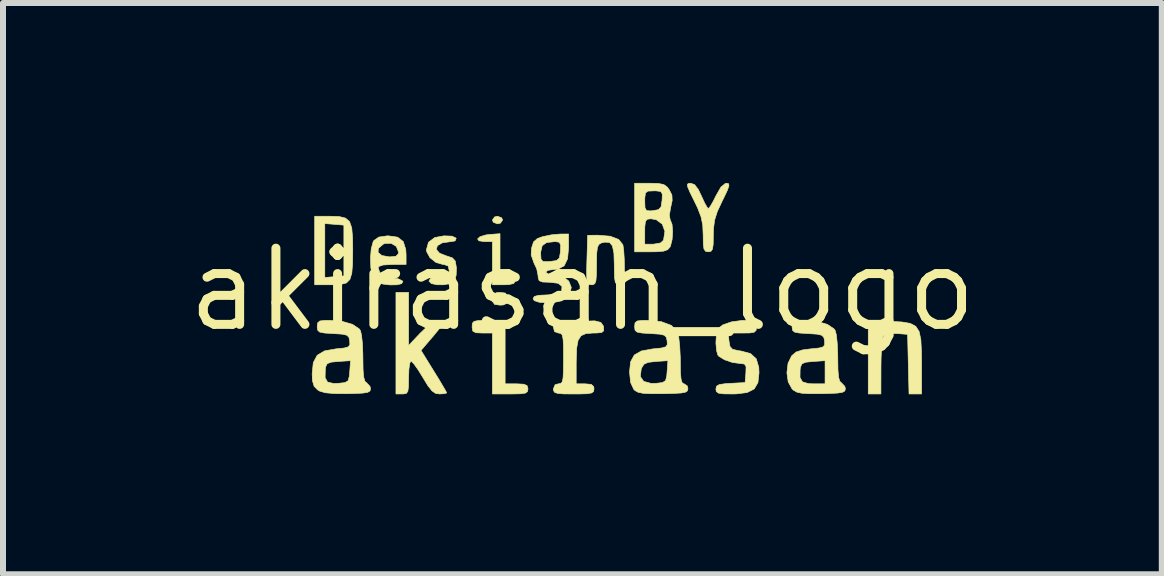
<source format=kicad_pcb>
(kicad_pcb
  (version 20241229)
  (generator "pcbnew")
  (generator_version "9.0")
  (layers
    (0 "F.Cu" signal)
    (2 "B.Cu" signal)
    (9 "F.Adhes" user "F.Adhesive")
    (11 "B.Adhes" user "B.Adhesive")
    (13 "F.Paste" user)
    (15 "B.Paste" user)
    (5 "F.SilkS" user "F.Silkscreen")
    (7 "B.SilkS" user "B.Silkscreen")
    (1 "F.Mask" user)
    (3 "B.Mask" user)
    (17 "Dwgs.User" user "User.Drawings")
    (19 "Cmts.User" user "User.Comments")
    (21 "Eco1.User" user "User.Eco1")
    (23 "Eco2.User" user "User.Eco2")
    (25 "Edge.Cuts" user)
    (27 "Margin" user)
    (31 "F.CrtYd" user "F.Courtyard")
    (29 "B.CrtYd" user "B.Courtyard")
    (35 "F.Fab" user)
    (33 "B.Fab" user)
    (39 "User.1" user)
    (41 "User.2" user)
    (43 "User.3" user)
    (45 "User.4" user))
  (footprint "akirasan_logo"
    (layer "F.Cu")
    (at 6.66 1.778)
    (property "Reference" "akirasan_logo" (at 0 0 0) (layer "F.SilkS") (effects (font (size 1.27 1.27) (thickness 0.15))))
    (attr through_hole)
    (fp_poly (pts (xy -1.347 -1.197) (xy -1.331 -1.159) (xy -1.367 -1.108) (xy -1.416 -1.096) (xy -1.485 -1.122) (xy -1.501 -1.159) (xy -1.465 -1.211) (xy -1.416 -1.223) (xy -1.347 -1.197)) (stroke (width 0.01) (type solid)) (fill yes) (layer "F.SilkS"))
    (fp_poly (pts (xy -1.283 0.058) (xy -1.25 0.107) (xy -1.247 0.153) (xy -1.26 0.228) (xy -1.318 0.256) (xy -1.374 0.259) (xy -1.464 0.247) (xy -1.498 0.199) (xy -1.501 0.153) (xy -1.487 0.077) (xy -1.429 0.05) (xy -1.374 0.047) (xy -1.283 0.058)) (stroke (width 0.01) (type solid)) (fill yes) (layer "F.SilkS"))
    (fp_poly (pts (xy -1.374 -0.207) (xy -1.247 -0.207) (xy -1.146 -0.188) (xy -1.12 -0.143) (xy -1.145 -0.102) (xy -1.229 -0.083) (xy -1.31 -0.08) (xy -1.501 -0.08) (xy -1.501 -0.8) (xy -1.631 -0.8) (xy -1.725 -0.813) (xy -1.748 -0.844) (xy -1.71 -0.88) (xy -1.617 -0.91) (xy -1.55 -0.919) (xy -1.374 -0.932) (xy -1.374 -0.207)) (stroke (width 0.01) (type solid)) (fill yes) (layer "F.SilkS"))
    (fp_poly (pts (xy 5.132 0.529) (xy 5.326 0.54) (xy 5.464 0.563) (xy 5.557 0.612) (xy 5.613 0.698) (xy 5.642 0.835) (xy 5.652 1.034) (xy 5.654 1.237) (xy 5.654 1.74) (xy 5.445 1.74) (xy 5.433 1.243) (xy 5.421 0.746) (xy 5.235 0.732) (xy 5.09 0.736) (xy 5.015 0.772) (xy 5.013 0.775) (xy 4.998 0.838) (xy 4.987 0.966) (xy 4.979 1.138) (xy 4.977 1.285) (xy 4.976 1.74) (xy 4.765 1.74) (xy 4.765 0.515) (xy 5.132 0.529)) (stroke (width 0.01) (type solid)) (fill yes) (layer "F.SilkS"))
    (fp_poly (pts (xy -4.057 -1.218) (xy -3.95 -1.192) (xy -3.883 -1.134) (xy -3.846 -1.029) (xy -3.832 -0.865) (xy -3.829 -0.667) (xy -3.832 -0.434) (xy -3.845 -0.272) (xy -3.877 -0.169) (xy -3.935 -0.111) (xy -4.029 -0.086) (xy -4.165 -0.08) (xy -4.19 -0.08) (xy -4.464 -0.08) (xy -4.464 -0.202) (xy -4.295 -0.202) (xy -4.136 -0.215) (xy -3.977 -0.228) (xy -3.977 -1.075) (xy -4.295 -1.101) (xy -4.295 -0.202) (xy -4.464 -0.202) (xy -4.464 -1.223) (xy -4.213 -1.223) (xy -4.057 -1.218)) (stroke (width 0.01) (type solid)) (fill yes) (layer "F.SilkS"))
    (fp_poly (pts (xy -1.289 1.571) (xy -1.099 1.571) (xy -0.979 1.577) (xy -0.923 1.6) (xy -0.908 1.65) (xy -0.908 1.656) (xy -0.916 1.7) (xy -0.952 1.726) (xy -1.034 1.737) (xy -1.181 1.74) (xy -1.204 1.74) (xy -1.501 1.74) (xy -1.501 0.724) (xy -1.67 0.724) (xy -1.779 0.719) (xy -1.828 0.691) (xy -1.839 0.628) (xy -1.839 0.619) (xy -1.835 0.562) (xy -1.807 0.53) (xy -1.739 0.516) (xy -1.609 0.513) (xy -1.564 0.513) (xy -1.289 0.513) (xy -1.289 1.571)) (stroke (width 0.01) (type solid)) (fill yes) (layer "F.SilkS"))
    (fp_poly (pts (xy -2.898 0.932) (xy -2.701 0.723) (xy -2.556 0.586) (xy -2.442 0.519) (xy -2.405 0.513) (xy -2.328 0.522) (xy -2.305 0.538) (xy -2.331 0.58) (xy -2.398 0.667) (xy -2.492 0.782) (xy -2.498 0.788) (xy -2.691 1.014) (xy -2.477 1.36) (xy -2.385 1.509) (xy -2.313 1.631) (xy -2.27 1.706) (xy -2.263 1.723) (xy -2.299 1.735) (xy -2.381 1.74) (xy -2.449 1.73) (xy -2.509 1.688) (xy -2.578 1.6) (xy -2.66 1.465) (xy -2.742 1.333) (xy -2.812 1.236) (xy -2.855 1.191) (xy -2.859 1.19) (xy -2.879 1.229) (xy -2.893 1.33) (xy -2.898 1.465) (xy -2.9 1.613) (xy -2.91 1.695) (xy -2.936 1.731) (xy -2.986 1.74) (xy -3.003 1.74) (xy -3.109 1.74) (xy -3.109 0.047) (xy -2.898 0.047) (xy -2.898 0.932)) (stroke (width 0.01) (type solid)) (fill yes) (layer "F.SilkS"))
    (fp_poly (pts (xy 2.437 -1.765) (xy 2.443 -1.731) (xy 2.417 -1.657) (xy 2.355 -1.526) (xy 2.331 -1.478) (xy 2.249 -1.302) (xy 2.204 -1.16) (xy 2.185 -1.015) (xy 2.182 -0.907) (xy 2.18 -0.757) (xy 2.168 -0.674) (xy 2.142 -0.638) (xy 2.098 -0.63) (xy 2.052 -0.639) (xy 2.026 -0.677) (xy 2.015 -0.763) (xy 2.013 -0.907) (xy 2.006 -1.073) (xy 1.978 -1.212) (xy 1.92 -1.363) (xy 1.864 -1.478) (xy 1.791 -1.626) (xy 1.754 -1.714) (xy 1.75 -1.757) (xy 1.775 -1.772) (xy 1.804 -1.773) (xy 1.87 -1.75) (xy 1.932 -1.669) (xy 1.983 -1.562) (xy 2.037 -1.445) (xy 2.081 -1.368) (xy 2.099 -1.35) (xy 2.13 -1.385) (xy 2.182 -1.475) (xy 2.225 -1.562) (xy 2.308 -1.708) (xy 2.384 -1.771) (xy 2.402 -1.773) (xy 2.437 -1.765)) (stroke (width 0.01) (type solid)) (fill yes) (layer "F.SilkS"))
    (fp_poly (pts (xy -2.175 -0.891) (xy -2.108 -0.86) (xy -2.105 -0.853) (xy -2.124 -0.811) (xy -2.192 -0.8) (xy -2.336 -0.78) (xy -2.418 -0.732) (xy -2.436 -0.669) (xy -2.382 -0.607) (xy -2.273 -0.564) (xy -2.168 -0.529) (xy -2.12 -0.476) (xy -2.102 -0.371) (xy -2.101 -0.363) (xy -2.105 -0.241) (xy -2.131 -0.151) (xy -2.138 -0.141) (xy -2.208 -0.1) (xy -2.314 -0.08) (xy -2.428 -0.081) (xy -2.519 -0.101) (xy -2.559 -0.141) (xy -2.559 -0.143) (xy -2.531 -0.188) (xy -2.438 -0.206) (xy -2.39 -0.207) (xy -2.281 -0.213) (xy -2.232 -0.24) (xy -2.22 -0.304) (xy -2.22 -0.313) (xy -2.238 -0.393) (xy -2.307 -0.418) (xy -2.326 -0.419) (xy -2.441 -0.452) (xy -2.542 -0.532) (xy -2.598 -0.634) (xy -2.601 -0.665) (xy -2.566 -0.79) (xy -2.462 -0.868) (xy -2.309 -0.896) (xy -2.175 -0.891)) (stroke (width 0.01) (type solid)) (fill yes) (layer "F.SilkS"))
    (fp_poly (pts (xy 0.463 -0.89) (xy 0.604 -0.836) (xy 0.674 -0.748) (xy 0.675 -0.744) (xy 0.688 -0.655) (xy 0.697 -0.513) (xy 0.7 -0.366) (xy 0.698 -0.213) (xy 0.687 -0.127) (xy 0.662 -0.089) (xy 0.618 -0.08) (xy 0.616 -0.08) (xy 0.574 -0.087) (xy 0.548 -0.12) (xy 0.536 -0.196) (xy 0.532 -0.332) (xy 0.531 -0.414) (xy 0.525 -0.608) (xy 0.5 -0.728) (xy 0.452 -0.786) (xy 0.372 -0.791) (xy 0.314 -0.777) (xy 0.274 -0.753) (xy 0.25 -0.702) (xy 0.238 -0.605) (xy 0.235 -0.444) (xy 0.235 -0.416) (xy 0.233 -0.248) (xy 0.225 -0.148) (xy 0.206 -0.098) (xy 0.172 -0.081) (xy 0.149 -0.08) (xy 0.109 -0.085) (xy 0.085 -0.111) (xy 0.073 -0.173) (xy 0.07 -0.286) (xy 0.074 -0.467) (xy 0.075 -0.492) (xy 0.087 -0.905) (xy 0.256 -0.907) (xy 0.463 -0.89)) (stroke (width 0.01) (type solid)) (fill yes) (layer "F.SilkS"))
    (fp_poly (pts (xy -3.081 -0.874) (xy -2.987 -0.801) (xy -2.945 -0.668) (xy -2.94 -0.58) (xy -2.94 -0.419) (xy -3.173 -0.419) (xy -3.325 -0.41) (xy -3.397 -0.384) (xy -3.405 -0.366) (xy -3.375 -0.271) (xy -3.283 -0.217) (xy -3.176 -0.2) (xy -3.066 -0.179) (xy -2.999 -0.143) (xy -2.993 -0.133) (xy -3.016 -0.098) (xy -3.096 -0.08) (xy -3.208 -0.078) (xy -3.325 -0.092) (xy -3.424 -0.12) (xy -3.466 -0.147) (xy -3.506 -0.231) (xy -3.528 -0.368) (xy -3.533 -0.528) (xy -3.526 -0.62) (xy -3.407 -0.62) (xy -3.344 -0.568) (xy -3.219 -0.546) (xy -3.208 -0.546) (xy -3.109 -0.556) (xy -3.07 -0.597) (xy -3.067 -0.629) (xy -3.103 -0.72) (xy -3.189 -0.772) (xy -3.294 -0.769) (xy -3.321 -0.757) (xy -3.402 -0.688) (xy -3.407 -0.62) (xy -3.526 -0.62) (xy -3.521 -0.68) (xy -3.49 -0.795) (xy -3.476 -0.819) (xy -3.394 -0.876) (xy -3.252 -0.896) (xy -3.236 -0.896) (xy -3.081 -0.874)) (stroke (width 0.01) (type solid)) (fill yes) (layer "F.SilkS"))
    (fp_poly (pts (xy 2.831 0.517) (xy 2.886 0.539) (xy 2.901 0.592) (xy 2.902 0.619) (xy 2.896 0.679) (xy 2.864 0.71) (xy 2.787 0.723) (xy 2.666 0.724) (xy 2.431 0.724) (xy 2.444 0.862) (xy 2.46 0.949) (xy 2.501 0.994) (xy 2.593 1.017) (xy 2.644 1.024) (xy 2.803 1.067) (xy 2.898 1.154) (xy 2.94 1.296) (xy 2.944 1.389) (xy 2.926 1.55) (xy 2.864 1.656) (xy 2.747 1.716) (xy 2.563 1.739) (xy 2.5 1.74) (xy 2.351 1.738) (xy 2.268 1.726) (xy 2.232 1.699) (xy 2.225 1.658) (xy 2.236 1.61) (xy 2.284 1.582) (xy 2.387 1.568) (xy 2.468 1.563) (xy 2.712 1.55) (xy 2.725 1.391) (xy 2.728 1.287) (xy 2.703 1.242) (xy 2.637 1.232) (xy 2.632 1.232) (xy 2.501 1.215) (xy 2.37 1.17) (xy 2.275 1.112) (xy 2.258 1.092) (xy 2.237 1.02) (xy 2.226 0.903) (xy 2.226 0.873) (xy 2.234 0.752) (xy 2.252 0.664) (xy 2.258 0.653) (xy 2.342 0.587) (xy 2.485 0.538) (xy 2.662 0.514) (xy 2.714 0.513) (xy 2.831 0.517)) (stroke (width 0.01) (type solid)) (fill yes) (layer "F.SilkS"))
    (fp_poly (pts (xy -0.181 0.521) (xy -0.112 0.543) (xy -0.104 0.556) (xy -0.075 0.577) (xy -0.017 0.554) (xy 0.087 0.525) (xy 0.205 0.521) (xy 0.307 0.547) (xy 0.35 0.608) (xy 0.354 0.629) (xy 0.354 0.688) (xy 0.319 0.716) (xy 0.227 0.724) (xy 0.176 0.724) (xy 0.057 0.733) (xy -0.023 0.769) (xy -0.072 0.845) (xy -0.096 0.975) (xy -0.103 1.173) (xy -0.104 1.23) (xy -0.104 1.571) (xy 0.044 1.571) (xy 0.147 1.58) (xy 0.188 1.617) (xy 0.193 1.656) (xy 0.186 1.698) (xy 0.153 1.723) (xy 0.078 1.736) (xy -0.057 1.74) (xy -0.146 1.74) (xy -0.315 1.739) (xy -0.416 1.73) (xy -0.466 1.712) (xy -0.483 1.678) (xy -0.485 1.656) (xy -0.455 1.585) (xy -0.4 1.571) (xy -0.361 1.565) (xy -0.337 1.538) (xy -0.323 1.473) (xy -0.317 1.355) (xy -0.315 1.17) (xy -0.315 1.148) (xy -0.316 0.955) (xy -0.322 0.832) (xy -0.335 0.762) (xy -0.358 0.732) (xy -0.395 0.724) (xy -0.4 0.724) (xy -0.466 0.7) (xy -0.485 0.619) (xy -0.477 0.553) (xy -0.438 0.522) (xy -0.346 0.513) (xy -0.294 0.513) (xy -0.181 0.521)) (stroke (width 0.01) (type solid)) (fill yes) (layer "F.SilkS"))
    (fp_poly (pts (xy 1.269 -1.769) (xy 1.357 -1.751) (xy 1.414 -1.709) (xy 1.448 -1.663) (xy 1.492 -1.576) (xy 1.496 -1.484) (xy 1.473 -1.378) (xy 1.449 -1.244) (xy 1.462 -1.166) (xy 1.465 -1.162) (xy 1.494 -1.088) (xy 1.504 -0.967) (xy 1.495 -0.834) (xy 1.468 -0.726) (xy 1.461 -0.712) (xy 1.422 -0.666) (xy 1.353 -0.641) (xy 1.232 -0.631) (xy 1.144 -0.63) (xy 0.87 -0.63) (xy 0.87 -0.969) (xy 1.039 -0.969) (xy 1.039 -0.757) (xy 1.183 -0.757) (xy 1.303 -0.778) (xy 1.352 -0.824) (xy 1.375 -0.971) (xy 1.331 -1.091) (xy 1.231 -1.165) (xy 1.142 -1.181) (xy 1.081 -1.173) (xy 1.051 -1.137) (xy 1.04 -1.05) (xy 1.039 -0.969) (xy 0.87 -0.969) (xy 0.87 -1.474) (xy 1.039 -1.474) (xy 1.043 -1.365) (xy 1.068 -1.318) (xy 1.133 -1.312) (xy 1.177 -1.316) (xy 1.268 -1.333) (xy 1.311 -1.38) (xy 1.327 -1.483) (xy 1.328 -1.488) (xy 1.332 -1.591) (xy 1.306 -1.636) (xy 1.228 -1.646) (xy 1.19 -1.646) (xy 1.094 -1.642) (xy 1.051 -1.611) (xy 1.04 -1.53) (xy 1.039 -1.474) (xy 0.87 -1.474) (xy 0.87 -1.773) (xy 1.123 -1.773) (xy 1.269 -1.769)) (stroke (width 0.01) (type solid)) (fill yes) (layer "F.SilkS"))
    (fp_poly (pts (xy 3.913 0.53) (xy 4.084 0.58) (xy 4.195 0.655) (xy 4.215 0.684) (xy 4.234 0.759) (xy 4.248 0.895) (xy 4.256 1.068) (xy 4.257 1.146) (xy 4.26 1.339) (xy 4.27 1.461) (xy 4.291 1.529) (xy 4.32 1.556) (xy 4.375 1.614) (xy 4.384 1.655) (xy 4.374 1.69) (xy 4.336 1.712) (xy 4.254 1.725) (xy 4.113 1.732) (xy 3.982 1.735) (xy 3.788 1.735) (xy 3.659 1.728) (xy 3.576 1.71) (xy 3.52 1.678) (xy 3.495 1.656) (xy 3.431 1.54) (xy 3.42 1.465) (xy 3.627 1.465) (xy 3.668 1.538) (xy 3.769 1.568) (xy 3.853 1.571) (xy 4.045 1.571) (xy 4.045 1.185) (xy 3.844 1.198) (xy 3.721 1.211) (xy 3.66 1.237) (xy 3.635 1.292) (xy 3.629 1.331) (xy 3.627 1.465) (xy 3.42 1.465) (xy 3.409 1.386) (xy 3.428 1.228) (xy 3.488 1.104) (xy 3.561 1.041) (xy 3.673 1.005) (xy 3.807 0.988) (xy 3.944 0.974) (xy 4.014 0.954) (xy 4.039 0.918) (xy 4.037 0.856) (xy 4.024 0.796) (xy 3.989 0.761) (xy 3.913 0.743) (xy 3.774 0.734) (xy 3.759 0.733) (xy 3.615 0.724) (xy 3.535 0.708) (xy 3.502 0.677) (xy 3.495 0.622) (xy 3.495 0.616) (xy 3.502 0.554) (xy 3.539 0.523) (xy 3.627 0.513) (xy 3.7 0.513) (xy 3.913 0.53)) (stroke (width 0.01) (type solid)) (fill yes) (layer "F.SilkS"))
    (fp_poly (pts (xy -4.003 0.53) (xy -3.832 0.58) (xy -3.721 0.655) (xy -3.701 0.684) (xy -3.683 0.759) (xy -3.668 0.895) (xy -3.661 1.068) (xy -3.66 1.146) (xy -3.657 1.339) (xy -3.646 1.461) (xy -3.626 1.529) (xy -3.596 1.556) (xy -3.541 1.614) (xy -3.533 1.655) (xy -3.542 1.69) (xy -3.581 1.713) (xy -3.664 1.726) (xy -3.807 1.732) (xy -3.926 1.735) (xy -4.139 1.733) (xy -4.285 1.72) (xy -4.379 1.693) (xy -4.412 1.674) (xy -4.473 1.612) (xy -4.501 1.52) (xy -4.503 1.469) (xy -4.29 1.469) (xy -4.249 1.542) (xy -4.15 1.565) (xy -4.073 1.563) (xy -3.96 1.551) (xy -3.906 1.519) (xy -3.886 1.443) (xy -3.879 1.367) (xy -3.866 1.185) (xy -4.07 1.198) (xy -4.193 1.21) (xy -4.256 1.236) (xy -4.281 1.29) (xy -4.287 1.331) (xy -4.29 1.469) (xy -4.503 1.469) (xy -4.506 1.404) (xy -4.487 1.218) (xy -4.422 1.095) (xy -4.3 1.022) (xy -4.109 0.988) (xy -3.973 0.974) (xy -3.902 0.954) (xy -3.877 0.918) (xy -3.88 0.856) (xy -3.893 0.796) (xy -3.927 0.761) (xy -4.003 0.743) (xy -4.142 0.734) (xy -4.157 0.733) (xy -4.302 0.724) (xy -4.381 0.708) (xy -4.414 0.677) (xy -4.422 0.622) (xy -4.422 0.616) (xy -4.414 0.554) (xy -4.377 0.523) (xy -4.289 0.513) (xy -4.216 0.513) (xy -4.003 0.53)) (stroke (width 0.01) (type solid)) (fill yes) (layer "F.SilkS"))
    (fp_poly (pts (xy -0.231 -0.697) (xy -0.248 -0.513) (xy -0.304 -0.397) (xy -0.405 -0.342) (xy -0.488 -0.334) (xy -0.576 -0.321) (xy -0.612 -0.292) (xy -0.575 -0.263) (xy -0.483 -0.25) (xy -0.467 -0.249) (xy -0.324 -0.219) (xy -0.228 -0.142) (xy -0.186 -0.037) (xy -0.21 0.077) (xy -0.266 0.146) (xy -0.348 0.188) (xy -0.469 0.213) (xy -0.602 0.22) (xy -0.722 0.211) (xy -0.803 0.184) (xy -0.823 0.153) (xy -0.802 0.114) (xy -0.728 0.095) (xy -0.595 0.089) (xy -0.444 0.079) (xy -0.359 0.052) (xy -0.347 0.036) (xy -0.341 -0.053) (xy -0.404 -0.105) (xy -0.541 -0.122) (xy -0.552 -0.122) (xy -0.668 -0.127) (xy -0.722 -0.149) (xy -0.738 -0.202) (xy -0.739 -0.23) (xy -0.762 -0.346) (xy -0.807 -0.441) (xy -0.855 -0.578) (xy -0.853 -0.602) (xy -0.696 -0.602) (xy -0.691 -0.507) (xy -0.659 -0.469) (xy -0.575 -0.466) (xy -0.538 -0.469) (xy -0.433 -0.484) (xy -0.385 -0.525) (xy -0.368 -0.619) (xy -0.366 -0.641) (xy -0.363 -0.745) (xy -0.387 -0.79) (xy -0.453 -0.8) (xy -0.457 -0.8) (xy -0.597 -0.785) (xy -0.671 -0.732) (xy -0.696 -0.627) (xy -0.696 -0.602) (xy -0.853 -0.602) (xy -0.848 -0.692) (xy -0.815 -0.795) (xy -0.75 -0.852) (xy -0.663 -0.883) (xy -0.517 -0.913) (xy -0.376 -0.926) (xy -0.368 -0.926) (xy -0.231 -0.927) (xy -0.231 -0.697)) (stroke (width 0.01) (type solid)) (fill yes) (layer "F.SilkS"))
    (fp_poly (pts (xy 1.313 0.534) (xy 1.483 0.597) (xy 1.581 0.701) (xy 1.584 0.707) (xy 1.606 0.797) (xy 1.622 0.945) (xy 1.631 1.124) (xy 1.632 1.192) (xy 1.634 1.377) (xy 1.644 1.493) (xy 1.662 1.552) (xy 1.691 1.571) (xy 1.696 1.571) (xy 1.748 1.606) (xy 1.759 1.65) (xy 1.751 1.687) (xy 1.718 1.71) (xy 1.645 1.724) (xy 1.516 1.731) (xy 1.342 1.735) (xy 1.144 1.735) (xy 1.012 1.729) (xy 0.928 1.712) (xy 0.875 1.682) (xy 0.856 1.663) (xy 0.803 1.549) (xy 0.793 1.45) (xy 0.965 1.45) (xy 1.021 1.53) (xy 1.146 1.564) (xy 1.226 1.563) (xy 1.334 1.55) (xy 1.386 1.518) (xy 1.406 1.44) (xy 1.412 1.367) (xy 1.425 1.185) (xy 1.223 1.198) (xy 1.095 1.213) (xy 1.026 1.244) (xy 0.987 1.306) (xy 0.98 1.325) (xy 0.965 1.45) (xy 0.793 1.45) (xy 0.785 1.373) (xy 0.803 1.203) (xy 0.865 1.09) (xy 0.983 1.023) (xy 1.17 0.989) (xy 1.19 0.987) (xy 1.324 0.973) (xy 1.392 0.953) (xy 1.415 0.915) (xy 1.412 0.856) (xy 1.399 0.796) (xy 1.365 0.761) (xy 1.288 0.743) (xy 1.15 0.734) (xy 1.135 0.733) (xy 0.99 0.724) (xy 0.911 0.708) (xy 0.877 0.677) (xy 0.87 0.622) (xy 0.87 0.616) (xy 0.877 0.554) (xy 0.914 0.523) (xy 1.003 0.513) (xy 1.075 0.513) (xy 1.313 0.534)) (stroke (width 0.01) (type solid)) (fill yes) (layer "F.SilkS")))
  (gr_rect
    (start -3 -3)
    (end 16.319 6.524)
    (stroke (width 0.1) (type default))
    (fill no)
    (layer "Edge.Cuts")))
</source>
